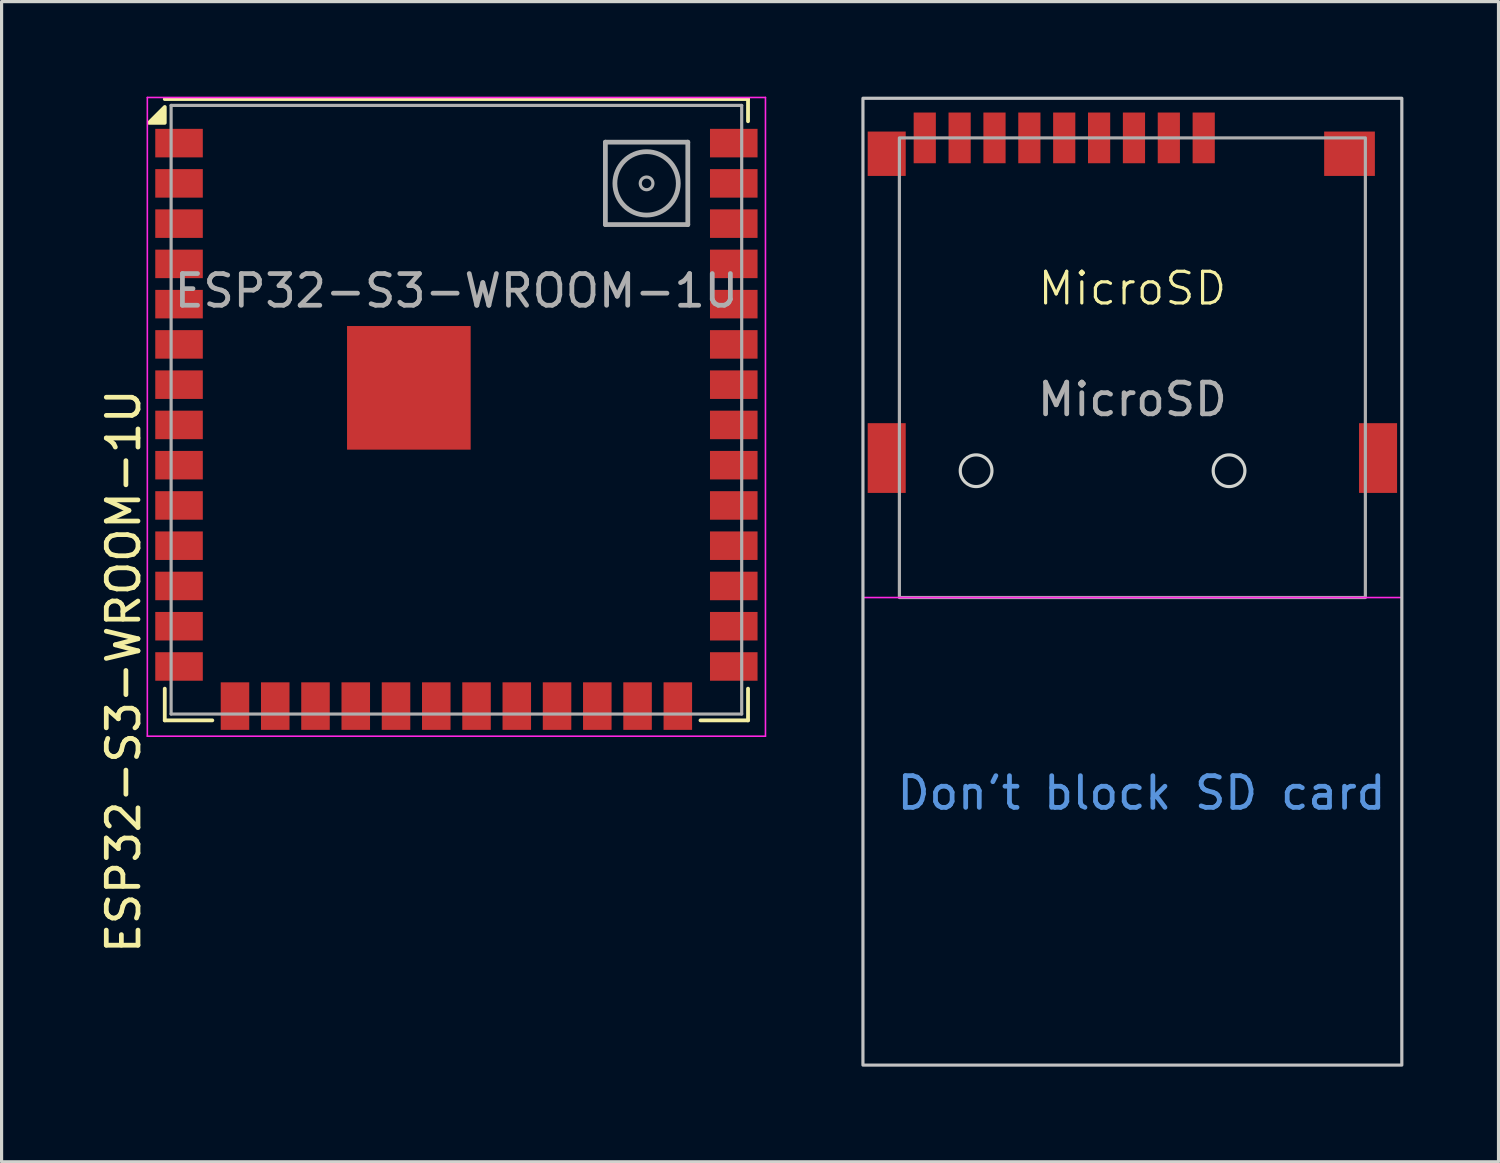
<source format=kicad_pcb>
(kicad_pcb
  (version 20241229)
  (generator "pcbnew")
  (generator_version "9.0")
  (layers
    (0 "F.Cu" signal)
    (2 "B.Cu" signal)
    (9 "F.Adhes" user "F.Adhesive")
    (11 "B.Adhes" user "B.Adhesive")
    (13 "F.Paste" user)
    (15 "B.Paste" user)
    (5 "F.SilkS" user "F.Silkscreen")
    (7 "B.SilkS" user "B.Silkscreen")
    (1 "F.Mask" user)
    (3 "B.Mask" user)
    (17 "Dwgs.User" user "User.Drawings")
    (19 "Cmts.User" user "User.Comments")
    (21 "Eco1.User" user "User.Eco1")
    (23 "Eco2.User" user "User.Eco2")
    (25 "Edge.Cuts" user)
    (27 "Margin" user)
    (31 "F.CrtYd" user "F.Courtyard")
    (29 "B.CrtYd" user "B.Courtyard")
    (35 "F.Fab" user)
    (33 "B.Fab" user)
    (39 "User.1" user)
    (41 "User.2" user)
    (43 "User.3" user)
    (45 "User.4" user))
  (footprint "MicroSD"
    (layer "F.Cu")
    (at 32.673 8.55)
    (property "Reference" "MicroSD" (at 0 -2.5 0) (unlocked yes) (layer "F.SilkS") (effects (font (size 1 1) (thickness 0.1))))
    (attr smd)
    (fp_rect (start -8.5 -8.5) (end 8.5 22) (stroke (width 0.1) (type default)) (fill no) (layer "Dwgs.User"))
    (fp_circle (center -4.93 3.25) (end -4.43 3.25) (stroke (width 0.1) (type default)) (fill no) (layer "Edge.Cuts"))
    (fp_circle (center 3.05 3.25) (end 3.55 3.25) (stroke (width 0.1) (type default)) (fill no) (layer "Edge.Cuts"))
    (fp_rect (start -8.5 -8.5) (end 8.5 7.25) (stroke (width 0.05) (type default)) (fill no) (layer "F.CrtYd"))
    (fp_rect (start -7.35 -7.25) (end 7.35 7.25) (stroke (width 0.1) (type default)) (fill no) (layer "F.Fab"))
    (fp_text user "Don't block SD card" (at -7.5 14 0) (unlocked yes) (layer "Cmts.User") (effects (font (size 1 1) (thickness 0.15)) (justify left bottom)))
    (fp_text user "${REFERENCE}" (at 0 1 0) (unlocked yes) (layer "F.Fab") (effects (font (size 1 1) (thickness 0.15))))
    (pad "1" smd rect (at 2.25 -7.25) (size 0.7 1.6) (layers "F.Cu" "F.Mask" "F.Paste"))
    (pad "2" smd rect (at 1.15 -7.25) (size 0.7 1.6) (layers "F.Cu" "F.Mask" "F.Paste"))
    (pad "3" smd rect (at 0.05 -7.25) (size 0.7 1.6) (layers "F.Cu" "F.Mask" "F.Paste"))
    (pad "4" smd rect (at -1.05 -7.25) (size 0.7 1.6) (layers "F.Cu" "F.Mask" "F.Paste"))
    (pad "5" smd rect (at -2.15 -7.25) (size 0.7 1.6) (layers "F.Cu" "F.Mask" "F.Paste"))
    (pad "6" smd rect (at -3.25 -7.25) (size 0.7 1.6) (layers "F.Cu" "F.Mask" "F.Paste"))
    (pad "7" smd rect (at -4.35 -7.25) (size 0.7 1.6) (layers "F.Cu" "F.Mask" "F.Paste"))
    (pad "8" smd rect (at -5.45 -7.25) (size 0.7 1.6) (layers "F.Cu" "F.Mask" "F.Paste"))
    (pad "9" smd rect (at -7.75 -6.75) (size 1.2 1.4) (layers "F.Cu" "F.Mask" "F.Paste"))
    (pad "9" smd rect (at -7.75 2.85) (size 1.2 2.2) (layers "F.Cu" "F.Mask" "F.Paste"))
    (pad "9" smd rect (at 6.85 -6.75) (size 1.6 1.4) (layers "F.Cu" "F.Mask" "F.Paste"))
    (pad "9" smd rect (at 7.75 2.85) (size 1.2 2.2) (layers "F.Cu" "F.Mask" "F.Paste"))
    (pad "CD" smd rect (at -6.55 -7.25) (size 0.7 1.6) (layers "F.Cu" "F.Mask" "F.Paste")))
  (footprint "ESP32-S3-WROOM-1U"
    (layer "F.Cu")
    (at 11.348 9.875)
    (property "Reference" "ESP32-S3-WROOM-1U" (at -10.5 8.25 90) (unlocked yes) (layer "F.SilkS") (effects (font (size 1 1) (thickness 0.15))))
    (attr smd)
    (fp_line (start -9.2 -9.8) (end 9.2 -9.8) (stroke (width 0.12) (type solid)) (layer "F.SilkS"))
    (fp_line (start -9.2 8.8) (end -9.2 9.8) (stroke (width 0.12) (type solid)) (layer "F.SilkS"))
    (fp_line (start -9.2 9.8) (end -7.7 9.8) (stroke (width 0.12) (type solid)) (layer "F.SilkS"))
    (fp_line (start 9.2 -9.8) (end 9.2 -9.1) (stroke (width 0.12) (type solid)) (layer "F.SilkS"))
    (fp_line (start 9.2 9.8) (end 7.7 9.8) (stroke (width 0.12) (type solid)) (layer "F.SilkS"))
    (fp_line (start 9.2 9.8) (end 9.2 8.8) (stroke (width 0.12) (type solid)) (layer "F.SilkS"))
    (fp_poly (pts (xy -9.2 -9.05) (xy -9.7 -9.05) (xy -9.2 -9.55) (xy -9.2 -9.05)) (stroke (width 0.12) (type solid)) (fill yes) (layer "F.SilkS"))
    (fp_line (start -9.75 10.3) (end -9.75 -9.85) (stroke (width 0.05) (type solid)) (layer "F.CrtYd"))
    (fp_line (start -9.75 10.3) (end 9.75 10.3) (stroke (width 0.05) (type solid)) (layer "F.CrtYd"))
    (fp_line (start 9.75 -9.85) (end -9.75 -9.85) (stroke (width 0.05) (type solid)) (layer "F.CrtYd"))
    (fp_line (start 9.75 -9.85) (end 9.75 10.3) (stroke (width 0.05) (type solid)) (layer "F.CrtYd"))
    (fp_line (start -9 -9.6) (end 9 -9.6) (stroke (width 0.1) (type solid)) (layer "F.Fab"))
    (fp_line (start -9 9.6) (end -9 -9.6) (stroke (width 0.1) (type solid)) (layer "F.Fab"))
    (fp_line (start -9 9.6) (end 9 9.6) (stroke (width 0.1) (type solid)) (layer "F.Fab"))
    (fp_line (start 4.7 -8.44) (end 7.3 -8.44) (stroke (width 0.15) (type solid)) (layer "F.Fab"))
    (fp_line (start 4.7 -5.84) (end 4.7 -8.44) (stroke (width 0.15) (type solid)) (layer "F.Fab"))
    (fp_line (start 7.3 -8.44) (end 7.3 -5.84) (stroke (width 0.15) (type solid)) (layer "F.Fab"))
    (fp_line (start 7.3 -5.84) (end 4.7 -5.84) (stroke (width 0.15) (type solid)) (layer "F.Fab"))
    (fp_line (start 9 9.6) (end 9 -9.6) (stroke (width 0.1) (type solid)) (layer "F.Fab"))
    (fp_circle (center 6 -7.14) (end 6 -6.94) (stroke (width 0.1) (type solid)) (fill no) (layer "F.Fab"))
    (fp_circle (center 6 -7.14) (end 7 -7.14) (stroke (width 0.15) (type solid)) (fill no) (layer "F.Fab"))
    (fp_text user "${REFERENCE}" (at 0 -3.75 0) (unlocked yes) (layer "F.Fab") (effects (font (size 1 1) (thickness 0.15))))
    (pad "" smd rect (at -2.904 0.71) (size 0.9 0.9) (layers "F.Paste"))
    (pad "" smd rect (at -2.9 -2.09) (size 0.9 0.9) (layers "F.Paste"))
    (pad "" smd rect (at -2.9 -0.69) (size 0.9 0.9) (layers "F.Paste"))
    (pad "" smd rect (at -1.504 0.71) (size 0.9 0.9) (layers "F.Paste"))
    (pad "" smd rect (at -1.5 -2.09) (size 0.9 0.9) (layers "F.Paste"))
    (pad "" smd rect (at -1.5 -0.69) (size 0.9 0.9) (layers "F.Paste"))
    (pad "" smd rect (at -0.104 0.71) (size 0.9 0.9) (layers "F.Paste"))
    (pad "" smd rect (at -0.1 -2.09) (size 0.9 0.9) (layers "F.Paste"))
    (pad "" smd rect (at -0.1 -0.69) (size 0.9 0.9) (layers "F.Paste"))
    (pad "1" smd rect (at -8.75 -8.41) (size 1.5 0.9) (layers "F.Cu" "F.Mask" "F.Paste"))
    (pad "2" smd rect (at -8.75 -7.14) (size 1.5 0.9) (layers "F.Cu" "F.Mask" "F.Paste"))
    (pad "3" smd rect (at -8.75 -5.87) (size 1.5 0.9) (layers "F.Cu" "F.Mask" "F.Paste"))
    (pad "4" smd rect (at -8.75 -4.6) (size 1.5 0.9) (layers "F.Cu" "F.Mask" "F.Paste"))
    (pad "5" smd rect (at -8.75 -3.33) (size 1.5 0.9) (layers "F.Cu" "F.Mask" "F.Paste"))
    (pad "6" smd rect (at -8.75 -2.06) (size 1.5 0.9) (layers "F.Cu" "F.Mask" "F.Paste"))
    (pad "7" smd rect (at -8.75 -0.79) (size 1.5 0.9) (layers "F.Cu" "F.Mask" "F.Paste"))
    (pad "8" smd rect (at -8.75 0.48) (size 1.5 0.9) (layers "F.Cu" "F.Mask" "F.Paste"))
    (pad "9" smd rect (at -8.75 1.75) (size 1.5 0.9) (layers "F.Cu" "F.Mask" "F.Paste"))
    (pad "10" smd rect (at -8.75 3.02) (size 1.5 0.9) (layers "F.Cu" "F.Mask" "F.Paste"))
    (pad "11" smd rect (at -8.75 4.29) (size 1.5 0.9) (layers "F.Cu" "F.Mask" "F.Paste"))
    (pad "12" smd rect (at -8.75 5.56) (size 1.5 0.9) (layers "F.Cu" "F.Mask" "F.Paste"))
    (pad "13" smd rect (at -8.75 6.83) (size 1.5 0.9) (layers "F.Cu" "F.Mask" "F.Paste"))
    (pad "14" smd rect (at -8.75 8.1 180) (size 1.5 0.9) (layers "F.Cu" "F.Mask" "F.Paste"))
    (pad "15" smd rect (at -6.985 9.35 270) (size 1.5 0.9) (layers "F.Cu" "F.Mask" "F.Paste"))
    (pad "16" smd rect (at -5.715 9.35 270) (size 1.5 0.9) (layers "F.Cu" "F.Mask" "F.Paste"))
    (pad "17" smd rect (at -4.445 9.35 270) (size 1.5 0.9) (layers "F.Cu" "F.Mask" "F.Paste"))
    (pad "18" smd rect (at -3.175 9.35 270) (size 1.5 0.9) (layers "F.Cu" "F.Mask" "F.Paste"))
    (pad "19" smd rect (at -1.905 9.35 270) (size 1.5 0.9) (layers "F.Cu" "F.Mask" "F.Paste"))
    (pad "20" smd rect (at -0.635 9.35 270) (size 1.5 0.9) (layers "F.Cu" "F.Mask" "F.Paste"))
    (pad "21" smd rect (at 0.635 9.35 270) (size 1.5 0.9) (layers "F.Cu" "F.Mask" "F.Paste"))
    (pad "22" smd rect (at 1.905 9.35 270) (size 1.5 0.9) (layers "F.Cu" "F.Mask" "F.Paste"))
    (pad "23" smd rect (at 3.175 9.35 270) (size 1.5 0.9) (layers "F.Cu" "F.Mask" "F.Paste"))
    (pad "24" smd rect (at 4.445 9.35 270) (size 1.5 0.9) (layers "F.Cu" "F.Mask" "F.Paste"))
    (pad "25" smd rect (at 5.715 9.35 270) (size 1.5 0.9) (layers "F.Cu" "F.Mask" "F.Paste"))
    (pad "26" smd rect (at 6.985 9.35 270) (size 1.5 0.9) (layers "F.Cu" "F.Mask" "F.Paste"))
    (pad "27" smd rect (at 8.75 8.1) (size 1.5 0.9) (layers "F.Cu" "F.Mask" "F.Paste"))
    (pad "28" smd rect (at 8.75 6.83) (size 1.5 0.9) (layers "F.Cu" "F.Mask" "F.Paste"))
    (pad "29" smd rect (at 8.75 5.56) (size 1.5 0.9) (layers "F.Cu" "F.Mask" "F.Paste"))
    (pad "30" smd rect (at 8.75 4.29) (size 1.5 0.9) (layers "F.Cu" "F.Mask" "F.Paste"))
    (pad "31" smd rect (at 8.75 3.02) (size 1.5 0.9) (layers "F.Cu" "F.Mask" "F.Paste"))
    (pad "32" smd rect (at 8.75 1.75) (size 1.5 0.9) (layers "F.Cu" "F.Mask" "F.Paste"))
    (pad "33" smd rect (at 8.75 0.48) (size 1.5 0.9) (layers "F.Cu" "F.Mask" "F.Paste"))
    (pad "34" smd rect (at 8.75 -0.79) (size 1.5 0.9) (layers "F.Cu" "F.Mask" "F.Paste"))
    (pad "35" smd rect (at 8.75 -2.06) (size 1.5 0.9) (layers "F.Cu" "F.Mask" "F.Paste"))
    (pad "36" smd rect (at 8.75 -3.33) (size 1.5 0.9) (layers "F.Cu" "F.Mask" "F.Paste"))
    (pad "37" smd rect (at 8.75 -4.6) (size 1.5 0.9) (layers "F.Cu" "F.Mask" "F.Paste"))
    (pad "38" smd rect (at 8.75 -5.87) (size 1.5 0.9) (layers "F.Cu" "F.Mask" "F.Paste"))
    (pad "39" smd rect (at 8.75 -7.14) (size 1.5 0.9) (layers "F.Cu" "F.Mask" "F.Paste"))
    (pad "40" smd rect (at 8.75 -8.41) (size 1.5 0.9) (layers "F.Cu" "F.Mask" "F.Paste"))
    (pad "41" smd rect (at -1.5 -0.69) (size 3.9 3.9) (layers "F.Cu" "F.Mask")))
  (gr_rect
    (start -3 -3)
    (end 44.223 33.6)
    (stroke (width 0.1) (type default))
    (fill no)
    (layer "Edge.Cuts")))
</source>
